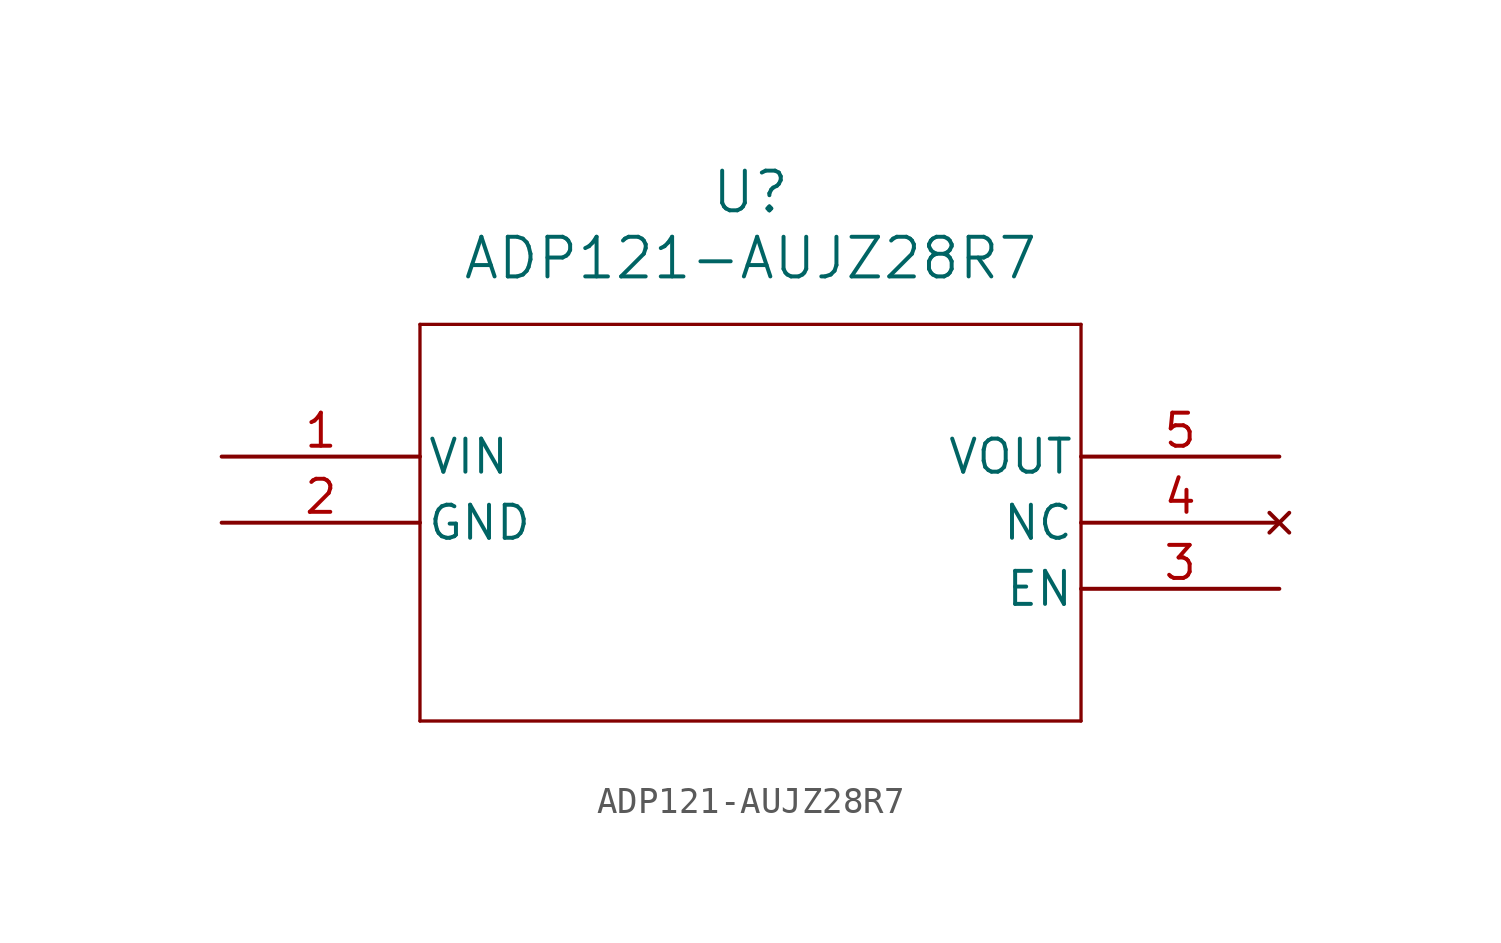
<source format=kicad_sym>
(kicad_symbol_lib
  (version 20211014)
  (generator kicad_symbol_editor)
  (symbol "ADP121-AUJZ28R7"
    (pin_names
      (offset 0.254))
    (property "Reference" "U"
      (at 20.32 10.16 0)
      (effects (font (size 1.524 1.524))))
    (property "Value" "ADP121-AUJZ28R7"
      (at 20.32 7.62 0)
      (effects (font (size 1.524 1.524))))
    (polyline
      (pts (xy 7.62 5.08) (xy 7.62 -10.16))
      (stroke (width 0.127) (type default) (color 0 0 0 0))
      (fill (type none)))
    (polyline
      (pts (xy 7.62 -10.16) (xy 33.02 -10.16))
      (stroke (width 0.127) (type default) (color 0 0 0 0))
      (fill (type none)))
    (polyline
      (pts (xy 33.02 -10.16) (xy 33.02 5.08))
      (stroke (width 0.127) (type default) (color 0 0 0 0))
      (fill (type none)))
    (polyline
      (pts (xy 33.02 5.08) (xy 7.62 5.08))
      (stroke (width 0.127) (type default) (color 0 0 0 0))
      (fill (type none)))
    (pin power_in line
      (at 0 0 0)
      (length 7.62)
      (name "VIN" (effects (font (size 1.27 1.27))))
      (number "1" (effects (font (size 1.27 1.27)))))
    (pin power_out line
      (at 0 -2.54 0)
      (length 7.62)
      (name "GND" (effects (font (size 1.27 1.27))))
      (number "2" (effects (font (size 1.27 1.27)))))
    (pin input line
      (at 40.64 -5.08 180)
      (length 7.62)
      (name "EN" (effects (font (size 1.27 1.27))))
      (number "3" (effects (font (size 1.27 1.27)))))
    (pin no_connect line
      (at 40.64 -2.54 180)
      (length 7.62)
      (name "NC" (effects (font (size 1.27 1.27))))
      (number "4" (effects (font (size 1.27 1.27)))))
    (pin output line
      (at 40.64 0 180)
      (length 7.62)
      (name "VOUT" (effects (font (size 1.27 1.27))))
      (number "5" (effects (font (size 1.27 1.27)))))))
</source>
